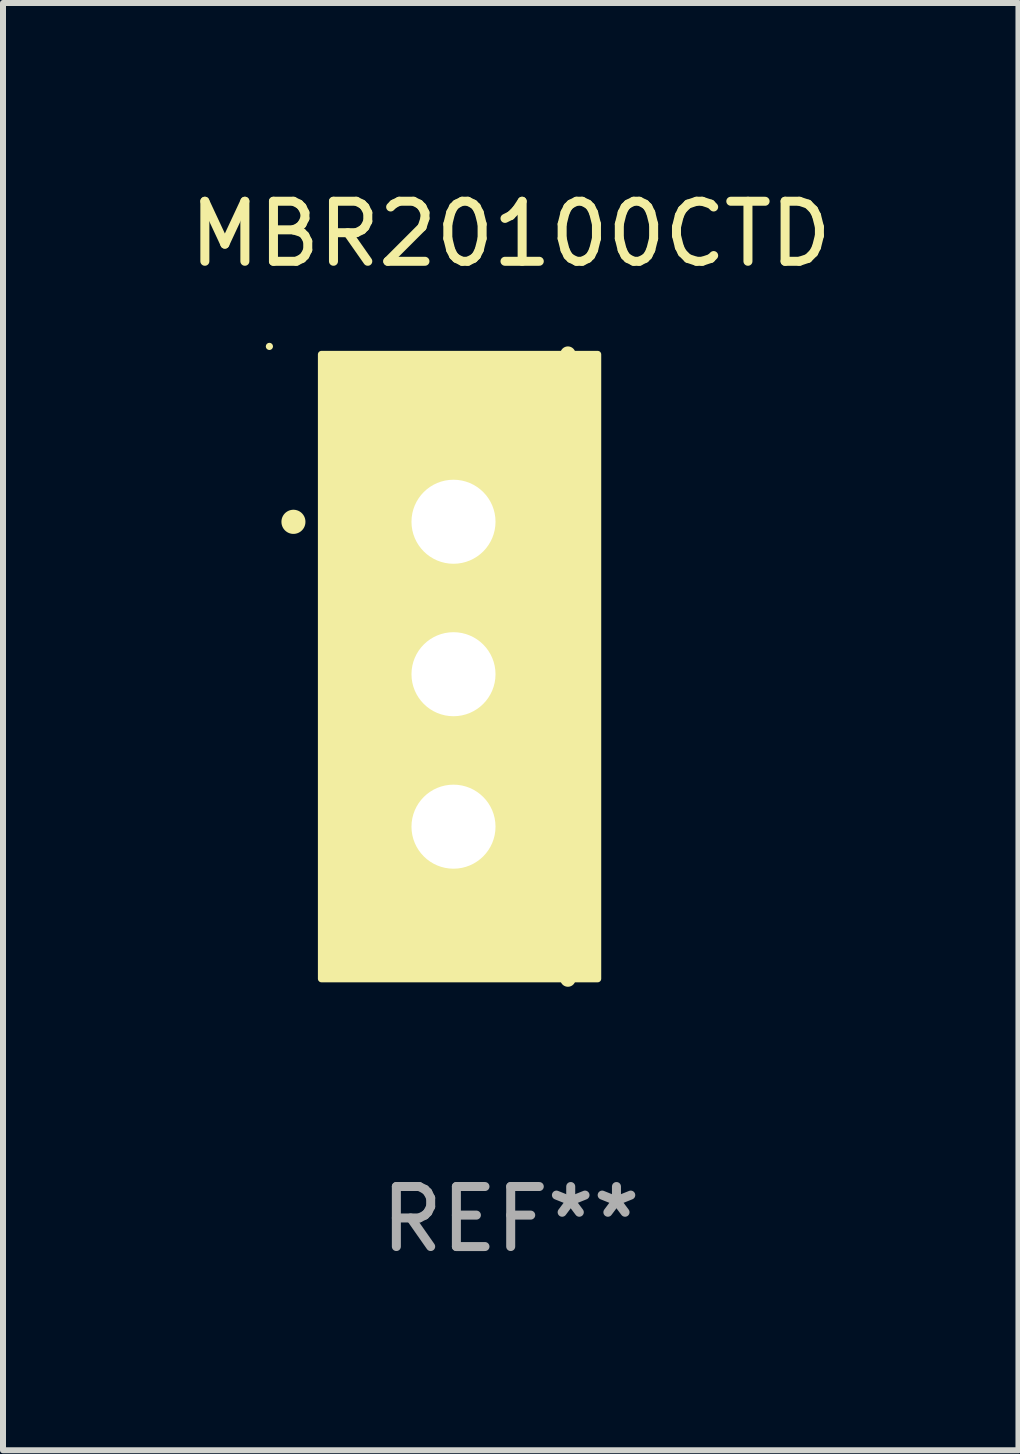
<source format=kicad_pcb>
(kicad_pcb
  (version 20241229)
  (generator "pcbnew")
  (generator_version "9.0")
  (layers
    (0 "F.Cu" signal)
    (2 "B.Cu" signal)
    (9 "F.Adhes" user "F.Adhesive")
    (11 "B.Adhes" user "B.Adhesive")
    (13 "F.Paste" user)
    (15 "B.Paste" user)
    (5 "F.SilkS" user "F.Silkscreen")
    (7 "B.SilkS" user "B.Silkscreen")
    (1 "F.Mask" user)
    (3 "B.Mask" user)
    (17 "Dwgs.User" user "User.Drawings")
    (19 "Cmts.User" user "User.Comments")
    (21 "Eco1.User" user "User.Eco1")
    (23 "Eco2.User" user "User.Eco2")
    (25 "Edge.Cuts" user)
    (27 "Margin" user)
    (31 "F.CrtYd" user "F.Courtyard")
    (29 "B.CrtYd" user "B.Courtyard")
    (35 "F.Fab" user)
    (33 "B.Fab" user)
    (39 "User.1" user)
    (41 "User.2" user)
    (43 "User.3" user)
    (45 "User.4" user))
  (footprint "MBR20100CTD"
    (layer "F.Cu")
    (at 5.458 8.055)
    (property "Reference" "MBR20100CTD" (at 0 -7.207 0) (layer "F.SilkS") (effects (font (size 1 1) (thickness 0.15))))
    (attr through_hole)
    (fp_line (start 0.953 5.207) (end 0.953 -5.207) (stroke (width 0.254) (type solid)) (layer "F.SilkS"))
    (fp_arc (start -3.619507 -2.410465) (mid -3.619511 -2.411735) (end -3.619507 -2.413005) (stroke (width 0.4) (type solid)) (layer "F.SilkS"))
    (fp_circle (center -4.02 -5.334) (end -3.99 -5.334) (stroke (width 0.06) (type solid)) (fill no) (layer "F.SilkS"))
    (fp_poly (pts (xy -3.152 -5.2) (xy 1.448 -5.2) (xy 1.448 5.2) (xy -3.152 5.2)) (stroke (width 0.12) (type solid)) (fill yes) (layer "F.SilkS"))
    (fp_text user "REF**" (at 0 9.207 0) (layer "F.Fab") (effects (font (size 1 1) (thickness 0.15))))
    (pad "1" thru_hole rect (at -0.953 -2.413 270) (size 2 2.5) (drill 1.4) (layers "*.Cu" "*.Mask"))
    (pad "2" thru_hole oval (at -0.953 0.127 270) (size 2 2.5) (drill 1.4) (layers "*.Cu" "*.Mask"))
    (pad "3" thru_hole oval (at -0.953 2.667 270) (size 2 2.5) (drill 1.4) (layers "*.Cu" "*.Mask")))
  (gr_rect
    (start -3 -3)
    (end 13.917 21.111)
    (stroke (width 0.1) (type default))
    (fill no)
    (layer "Edge.Cuts")))
</source>
